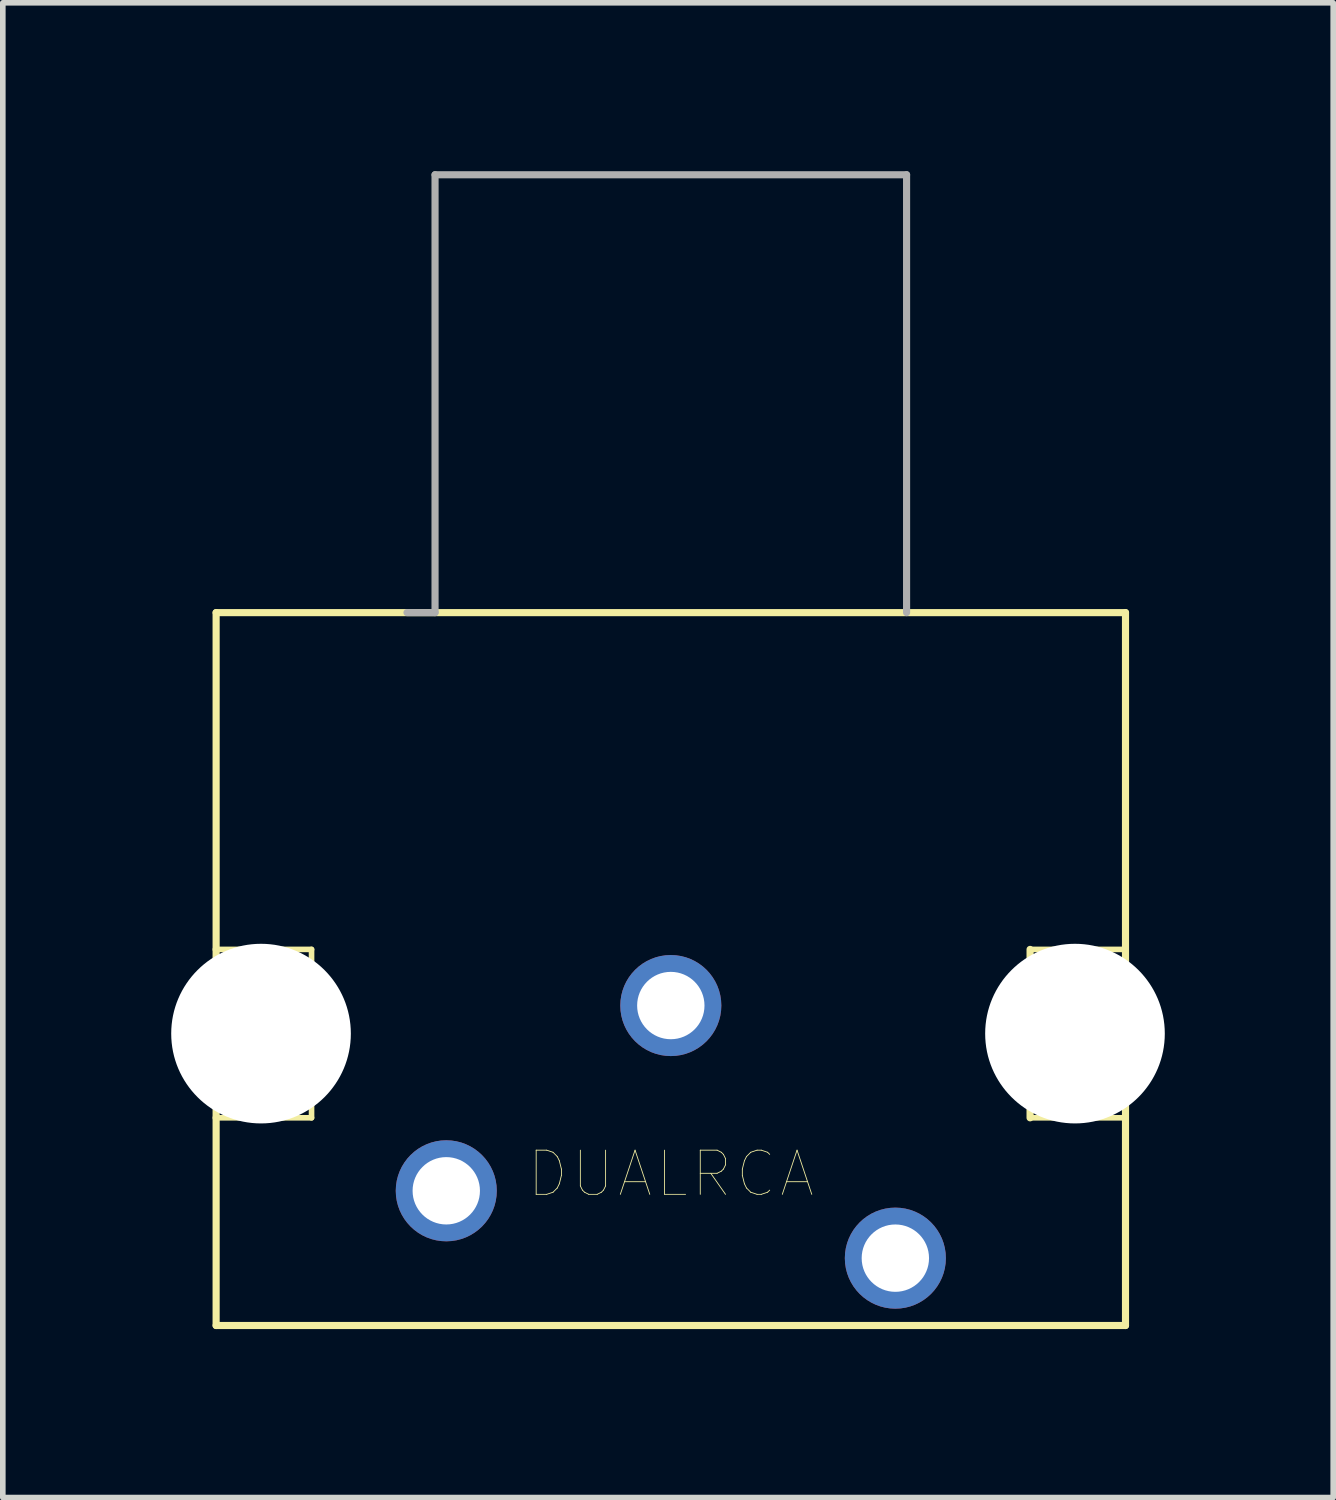
<source format=kicad_pcb>
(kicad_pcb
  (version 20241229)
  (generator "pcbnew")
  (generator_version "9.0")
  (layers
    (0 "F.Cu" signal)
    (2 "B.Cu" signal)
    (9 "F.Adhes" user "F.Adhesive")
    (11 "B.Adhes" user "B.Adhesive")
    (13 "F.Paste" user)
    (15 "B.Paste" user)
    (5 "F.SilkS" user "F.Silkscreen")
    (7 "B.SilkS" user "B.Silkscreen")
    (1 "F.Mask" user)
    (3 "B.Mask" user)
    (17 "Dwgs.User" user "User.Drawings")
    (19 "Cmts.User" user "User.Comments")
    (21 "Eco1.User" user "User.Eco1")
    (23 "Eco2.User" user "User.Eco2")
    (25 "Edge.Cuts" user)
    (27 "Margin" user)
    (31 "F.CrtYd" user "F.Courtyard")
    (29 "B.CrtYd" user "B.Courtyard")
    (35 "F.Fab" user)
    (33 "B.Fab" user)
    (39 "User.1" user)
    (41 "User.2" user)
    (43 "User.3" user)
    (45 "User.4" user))
  (footprint "DUALRCA"
    (layer "F.Cu")
    (at 8.9 17.863)
    (property "Reference" "DUALRCA" (at 0 0 0) (layer "F.SilkS") (effects (font (size 0.787 0.787) (thickness 0.015))))
    (attr through_hole)
    (fp_line (start -8.1 -10) (end -8.1 -4) (stroke (width 0.127) (type solid)) (layer "F.SilkS"))
    (fp_line (start -8.1 -4) (end -8.1 -1) (stroke (width 0.127) (type solid)) (layer "F.SilkS"))
    (fp_line (start -8.1 -1) (end -8.1 2.7) (stroke (width 0.127) (type solid)) (layer "F.SilkS"))
    (fp_line (start -8.1 -1) (end -6.4 -1) (stroke (width 0.1) (type solid)) (layer "F.SilkS"))
    (fp_line (start -8.1 2.7) (end 8.1 2.7) (stroke (width 0.127) (type solid)) (layer "F.SilkS"))
    (fp_line (start -6.4 -4) (end -8.1 -4) (stroke (width 0.1) (type solid)) (layer "F.SilkS"))
    (fp_line (start -6.4 -1) (end -6.4 -4) (stroke (width 0.1) (type solid)) (layer "F.SilkS"))
    (fp_line (start 6.4 -4) (end 6.4 -1) (stroke (width 0.127) (type solid)) (layer "F.SilkS"))
    (fp_line (start 6.4 -1) (end 8.1 -1) (stroke (width 0.1) (type solid)) (layer "F.SilkS"))
    (fp_line (start 8.1 -10) (end -8.1 -10) (stroke (width 0.127) (type solid)) (layer "F.SilkS"))
    (fp_line (start 8.1 -4) (end 6.4 -4) (stroke (width 0.1) (type solid)) (layer "F.SilkS"))
    (fp_line (start 8.1 -1) (end 8.1 -4) (stroke (width 0.1) (type solid)) (layer "F.SilkS"))
    (fp_line (start 8.1 2.7) (end 8.1 -10) (stroke (width 0.127) (type solid)) (layer "F.SilkS"))
    (fp_line (start -4.7 -10) (end -4.2 -10) (stroke (width 0.127) (type solid)) (layer "F.Fab"))
    (fp_line (start -4.2 -17.8) (end 4.2 -17.8) (stroke (width 0.127) (type solid)) (layer "F.Fab"))
    (fp_line (start -4.2 -10) (end -4.2 -17.8) (stroke (width 0.127) (type solid)) (layer "F.Fab"))
    (fp_line (start 4.2 -17.8) (end 4.2 -10) (stroke (width 0.127) (type solid)) (layer "F.Fab"))
    (pad "" np_thru_hole circle (at -7.3 -2.5) (size 3.2 3.2) (drill 3.2) (layers "*.Cu" "*.Mask"))
    (pad "" np_thru_hole circle (at 7.2 -2.5) (size 3.2 3.2) (drill 3.2) (layers "*.Cu" "*.Mask"))
    (pad "P$1" thru_hole circle (at 0 -3) (size 1.8 1.8) (drill 1.2) (layers "*.Cu" "*.Mask"))
    (pad "P$2" thru_hole circle (at -4 0.3) (size 1.8 1.8) (drill 1.2) (layers "*.Cu" "*.Mask"))
    (pad "P$3" thru_hole circle (at 4 1.5) (size 1.8 1.8) (drill 1.2) (layers "*.Cu" "*.Mask")))
  (gr_rect
    (start -3 -3)
    (end 20.7 23.627)
    (stroke (width 0.1) (type default))
    (fill no)
    (layer "Edge.Cuts")))
</source>
